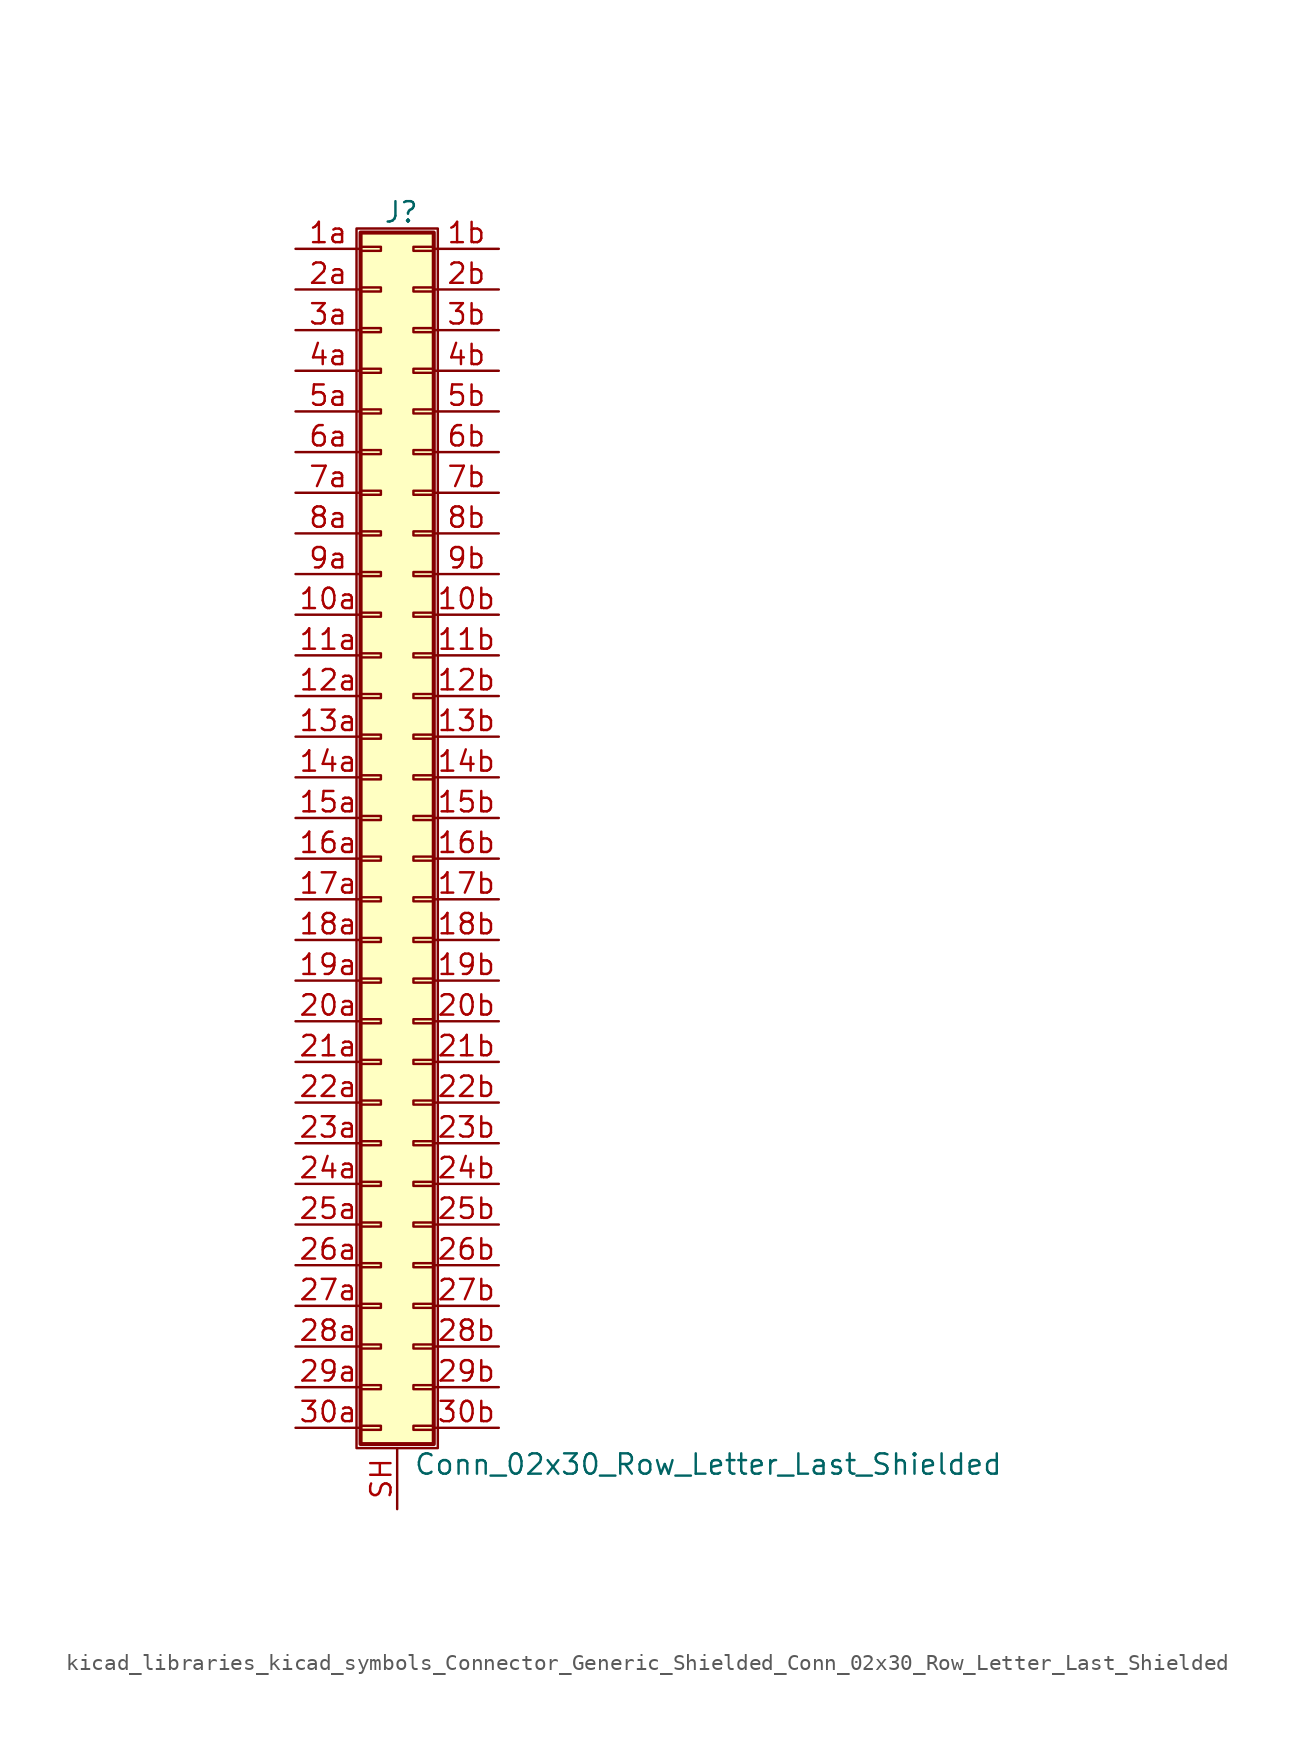
<source format=kicad_sym>
(kicad_symbol_lib
  (version 20220914)
  (generator kicad_symbol_editor)
  (symbol "kicad_libraries_kicad_symbols_Connector_Generic_Shielded_Conn_02x30_Row_Letter_Last_Shielded"
    (pin_names
      (offset 1.016) hide)
    (property "Reference" "J"
      (at 1.524 37.846 0)
      (effects (font (size 1.27 1.27))))
    (property "Value" "Conn_02x30_Row_Letter_Last_Shielded"
      (at 2.286 -40.386 0)
      (effects (font (size 1.27 1.27)) (justify left)))
    (symbol "kicad_libraries_kicad_symbols_Connector_Generic_Shielded_Conn_02x30_Row_Letter_Last_Shielded_1_1"
      (rectangle (start -1.27 36.83) (end 3.81 -39.37) (stroke (width 0.152) (type default)) (fill (type none)))
      (rectangle (start -1.016 -37.973) (end 0.254 -38.227) (stroke (width 0.152) (type default)) (fill (type none)))
      (rectangle (start -1.016 -35.433) (end 0.254 -35.687) (stroke (width 0.152) (type default)) (fill (type none)))
      (rectangle (start -1.016 -32.893) (end 0.254 -33.147) (stroke (width 0.152) (type default)) (fill (type none)))
      (rectangle (start -1.016 -30.353) (end 0.254 -30.607) (stroke (width 0.152) (type default)) (fill (type none)))
      (rectangle (start -1.016 -27.813) (end 0.254 -28.067) (stroke (width 0.152) (type default)) (fill (type none)))
      (rectangle (start -1.016 -25.273) (end 0.254 -25.527) (stroke (width 0.152) (type default)) (fill (type none)))
      (rectangle (start -1.016 -22.733) (end 0.254 -22.987) (stroke (width 0.152) (type default)) (fill (type none)))
      (rectangle (start -1.016 -20.193) (end 0.254 -20.447) (stroke (width 0.152) (type default)) (fill (type none)))
      (rectangle (start -1.016 -17.653) (end 0.254 -17.907) (stroke (width 0.152) (type default)) (fill (type none)))
      (rectangle (start -1.016 -15.113) (end 0.254 -15.367) (stroke (width 0.152) (type default)) (fill (type none)))
      (rectangle (start -1.016 -12.573) (end 0.254 -12.827) (stroke (width 0.152) (type default)) (fill (type none)))
      (rectangle (start -1.016 -10.033) (end 0.254 -10.287) (stroke (width 0.152) (type default)) (fill (type none)))
      (rectangle (start -1.016 -7.493) (end 0.254 -7.747) (stroke (width 0.152) (type default)) (fill (type none)))
      (rectangle (start -1.016 -4.953) (end 0.254 -5.207) (stroke (width 0.152) (type default)) (fill (type none)))
      (rectangle (start -1.016 -2.413) (end 0.254 -2.667) (stroke (width 0.152) (type default)) (fill (type none)))
      (rectangle (start -1.016 0.127) (end 0.254 -0.127) (stroke (width 0.152) (type default)) (fill (type none)))
      (rectangle (start -1.016 2.667) (end 0.254 2.413) (stroke (width 0.152) (type default)) (fill (type none)))
      (rectangle (start -1.016 5.207) (end 0.254 4.953) (stroke (width 0.152) (type default)) (fill (type none)))
      (rectangle (start -1.016 7.747) (end 0.254 7.493) (stroke (width 0.152) (type default)) (fill (type none)))
      (rectangle (start -1.016 10.287) (end 0.254 10.033) (stroke (width 0.152) (type default)) (fill (type none)))
      (rectangle (start -1.016 12.827) (end 0.254 12.573) (stroke (width 0.152) (type default)) (fill (type none)))
      (rectangle (start -1.016 15.367) (end 0.254 15.113) (stroke (width 0.152) (type default)) (fill (type none)))
      (rectangle (start -1.016 17.907) (end 0.254 17.653) (stroke (width 0.152) (type default)) (fill (type none)))
      (rectangle (start -1.016 20.447) (end 0.254 20.193) (stroke (width 0.152) (type default)) (fill (type none)))
      (rectangle (start -1.016 22.987) (end 0.254 22.733) (stroke (width 0.152) (type default)) (fill (type none)))
      (rectangle (start -1.016 25.527) (end 0.254 25.273) (stroke (width 0.152) (type default)) (fill (type none)))
      (rectangle (start -1.016 28.067) (end 0.254 27.813) (stroke (width 0.152) (type default)) (fill (type none)))
      (rectangle (start -1.016 30.607) (end 0.254 30.353) (stroke (width 0.152) (type default)) (fill (type none)))
      (rectangle (start -1.016 33.147) (end 0.254 32.893) (stroke (width 0.152) (type default)) (fill (type none)))
      (rectangle (start -1.016 35.687) (end 0.254 35.433) (stroke (width 0.152) (type default)) (fill (type none)))
      (rectangle (start -1.016 36.576) (end 3.556 -39.116) (stroke (width 0.254) (type default)) (fill (type background)))
      (rectangle (start 3.556 -37.973) (end 2.286 -38.227) (stroke (width 0.152) (type default)) (fill (type none)))
      (rectangle (start 3.556 -35.433) (end 2.286 -35.687) (stroke (width 0.152) (type default)) (fill (type none)))
      (rectangle (start 3.556 -32.893) (end 2.286 -33.147) (stroke (width 0.152) (type default)) (fill (type none)))
      (rectangle (start 3.556 -30.353) (end 2.286 -30.607) (stroke (width 0.152) (type default)) (fill (type none)))
      (rectangle (start 3.556 -27.813) (end 2.286 -28.067) (stroke (width 0.152) (type default)) (fill (type none)))
      (rectangle (start 3.556 -25.273) (end 2.286 -25.527) (stroke (width 0.152) (type default)) (fill (type none)))
      (rectangle (start 3.556 -22.733) (end 2.286 -22.987) (stroke (width 0.152) (type default)) (fill (type none)))
      (rectangle (start 3.556 -20.193) (end 2.286 -20.447) (stroke (width 0.152) (type default)) (fill (type none)))
      (rectangle (start 3.556 -17.653) (end 2.286 -17.907) (stroke (width 0.152) (type default)) (fill (type none)))
      (rectangle (start 3.556 -15.113) (end 2.286 -15.367) (stroke (width 0.152) (type default)) (fill (type none)))
      (rectangle (start 3.556 -12.573) (end 2.286 -12.827) (stroke (width 0.152) (type default)) (fill (type none)))
      (rectangle (start 3.556 -10.033) (end 2.286 -10.287) (stroke (width 0.152) (type default)) (fill (type none)))
      (rectangle (start 3.556 -7.493) (end 2.286 -7.747) (stroke (width 0.152) (type default)) (fill (type none)))
      (rectangle (start 3.556 -4.953) (end 2.286 -5.207) (stroke (width 0.152) (type default)) (fill (type none)))
      (rectangle (start 3.556 -2.413) (end 2.286 -2.667) (stroke (width 0.152) (type default)) (fill (type none)))
      (rectangle (start 3.556 0.127) (end 2.286 -0.127) (stroke (width 0.152) (type default)) (fill (type none)))
      (rectangle (start 3.556 2.667) (end 2.286 2.413) (stroke (width 0.152) (type default)) (fill (type none)))
      (rectangle (start 3.556 5.207) (end 2.286 4.953) (stroke (width 0.152) (type default)) (fill (type none)))
      (rectangle (start 3.556 7.747) (end 2.286 7.493) (stroke (width 0.152) (type default)) (fill (type none)))
      (rectangle (start 3.556 10.287) (end 2.286 10.033) (stroke (width 0.152) (type default)) (fill (type none)))
      (rectangle (start 3.556 12.827) (end 2.286 12.573) (stroke (width 0.152) (type default)) (fill (type none)))
      (rectangle (start 3.556 15.367) (end 2.286 15.113) (stroke (width 0.152) (type default)) (fill (type none)))
      (rectangle (start 3.556 17.907) (end 2.286 17.653) (stroke (width 0.152) (type default)) (fill (type none)))
      (rectangle (start 3.556 20.447) (end 2.286 20.193) (stroke (width 0.152) (type default)) (fill (type none)))
      (rectangle (start 3.556 22.987) (end 2.286 22.733) (stroke (width 0.152) (type default)) (fill (type none)))
      (rectangle (start 3.556 25.527) (end 2.286 25.273) (stroke (width 0.152) (type default)) (fill (type none)))
      (rectangle (start 3.556 28.067) (end 2.286 27.813) (stroke (width 0.152) (type default)) (fill (type none)))
      (rectangle (start 3.556 30.607) (end 2.286 30.353) (stroke (width 0.152) (type default)) (fill (type none)))
      (rectangle (start 3.556 33.147) (end 2.286 32.893) (stroke (width 0.152) (type default)) (fill (type none)))
      (rectangle (start 3.556 35.687) (end 2.286 35.433) (stroke (width 0.152) (type default)) (fill (type none)))
      (pin passive line (at -5.08 12.7 0) (length 4.064) (name "Pin_10a" (effects (font (size 1.27 1.27)))) (number "10a" (effects (font (size 1.27 1.27)))))
      (pin passive line (at 7.62 12.7 180) (length 4.064) (name "Pin_10b" (effects (font (size 1.27 1.27)))) (number "10b" (effects (font (size 1.27 1.27)))))
      (pin passive line (at -5.08 10.16 0) (length 4.064) (name "Pin_11a" (effects (font (size 1.27 1.27)))) (number "11a" (effects (font (size 1.27 1.27)))))
      (pin passive line (at 7.62 10.16 180) (length 4.064) (name "Pin_11b" (effects (font (size 1.27 1.27)))) (number "11b" (effects (font (size 1.27 1.27)))))
      (pin passive line (at -5.08 7.62 0) (length 4.064) (name "Pin_12a" (effects (font (size 1.27 1.27)))) (number "12a" (effects (font (size 1.27 1.27)))))
      (pin passive line (at 7.62 7.62 180) (length 4.064) (name "Pin_12b" (effects (font (size 1.27 1.27)))) (number "12b" (effects (font (size 1.27 1.27)))))
      (pin passive line (at -5.08 5.08 0) (length 4.064) (name "Pin_13a" (effects (font (size 1.27 1.27)))) (number "13a" (effects (font (size 1.27 1.27)))))
      (pin passive line (at 7.62 5.08 180) (length 4.064) (name "Pin_13b" (effects (font (size 1.27 1.27)))) (number "13b" (effects (font (size 1.27 1.27)))))
      (pin passive line (at -5.08 2.54 0) (length 4.064) (name "Pin_14a" (effects (font (size 1.27 1.27)))) (number "14a" (effects (font (size 1.27 1.27)))))
      (pin passive line (at 7.62 2.54 180) (length 4.064) (name "Pin_14b" (effects (font (size 1.27 1.27)))) (number "14b" (effects (font (size 1.27 1.27)))))
      (pin passive line (at -5.08 0 0) (length 4.064) (name "Pin_15a" (effects (font (size 1.27 1.27)))) (number "15a" (effects (font (size 1.27 1.27)))))
      (pin passive line (at 7.62 0 180) (length 4.064) (name "Pin_15b" (effects (font (size 1.27 1.27)))) (number "15b" (effects (font (size 1.27 1.27)))))
      (pin passive line (at -5.08 -2.54 0) (length 4.064) (name "Pin_16a" (effects (font (size 1.27 1.27)))) (number "16a" (effects (font (size 1.27 1.27)))))
      (pin passive line (at 7.62 -2.54 180) (length 4.064) (name "Pin_16b" (effects (font (size 1.27 1.27)))) (number "16b" (effects (font (size 1.27 1.27)))))
      (pin passive line (at -5.08 -5.08 0) (length 4.064) (name "Pin_17a" (effects (font (size 1.27 1.27)))) (number "17a" (effects (font (size 1.27 1.27)))))
      (pin passive line (at 7.62 -5.08 180) (length 4.064) (name "Pin_17b" (effects (font (size 1.27 1.27)))) (number "17b" (effects (font (size 1.27 1.27)))))
      (pin passive line (at -5.08 -7.62 0) (length 4.064) (name "Pin_18a" (effects (font (size 1.27 1.27)))) (number "18a" (effects (font (size 1.27 1.27)))))
      (pin passive line (at 7.62 -7.62 180) (length 4.064) (name "Pin_18b" (effects (font (size 1.27 1.27)))) (number "18b" (effects (font (size 1.27 1.27)))))
      (pin passive line (at -5.08 -10.16 0) (length 4.064) (name "Pin_19a" (effects (font (size 1.27 1.27)))) (number "19a" (effects (font (size 1.27 1.27)))))
      (pin passive line (at 7.62 -10.16 180) (length 4.064) (name "Pin_19b" (effects (font (size 1.27 1.27)))) (number "19b" (effects (font (size 1.27 1.27)))))
      (pin passive line (at -5.08 35.56 0) (length 4.064) (name "Pin_1a" (effects (font (size 1.27 1.27)))) (number "1a" (effects (font (size 1.27 1.27)))))
      (pin passive line (at 7.62 35.56 180) (length 4.064) (name "Pin_1b" (effects (font (size 1.27 1.27)))) (number "1b" (effects (font (size 1.27 1.27)))))
      (pin passive line (at -5.08 -12.7 0) (length 4.064) (name "Pin_20a" (effects (font (size 1.27 1.27)))) (number "20a" (effects (font (size 1.27 1.27)))))
      (pin passive line (at 7.62 -12.7 180) (length 4.064) (name "Pin_20b" (effects (font (size 1.27 1.27)))) (number "20b" (effects (font (size 1.27 1.27)))))
      (pin passive line (at -5.08 -15.24 0) (length 4.064) (name "Pin_21a" (effects (font (size 1.27 1.27)))) (number "21a" (effects (font (size 1.27 1.27)))))
      (pin passive line (at 7.62 -15.24 180) (length 4.064) (name "Pin_21b" (effects (font (size 1.27 1.27)))) (number "21b" (effects (font (size 1.27 1.27)))))
      (pin passive line (at -5.08 -17.78 0) (length 4.064) (name "Pin_22a" (effects (font (size 1.27 1.27)))) (number "22a" (effects (font (size 1.27 1.27)))))
      (pin passive line (at 7.62 -17.78 180) (length 4.064) (name "Pin_22b" (effects (font (size 1.27 1.27)))) (number "22b" (effects (font (size 1.27 1.27)))))
      (pin passive line (at -5.08 -20.32 0) (length 4.064) (name "Pin_23a" (effects (font (size 1.27 1.27)))) (number "23a" (effects (font (size 1.27 1.27)))))
      (pin passive line (at 7.62 -20.32 180) (length 4.064) (name "Pin_23b" (effects (font (size 1.27 1.27)))) (number "23b" (effects (font (size 1.27 1.27)))))
      (pin passive line (at -5.08 -22.86 0) (length 4.064) (name "Pin_24a" (effects (font (size 1.27 1.27)))) (number "24a" (effects (font (size 1.27 1.27)))))
      (pin passive line (at 7.62 -22.86 180) (length 4.064) (name "Pin_24b" (effects (font (size 1.27 1.27)))) (number "24b" (effects (font (size 1.27 1.27)))))
      (pin passive line (at -5.08 -25.4 0) (length 4.064) (name "Pin_25a" (effects (font (size 1.27 1.27)))) (number "25a" (effects (font (size 1.27 1.27)))))
      (pin passive line (at 7.62 -25.4 180) (length 4.064) (name "Pin_25b" (effects (font (size 1.27 1.27)))) (number "25b" (effects (font (size 1.27 1.27)))))
      (pin passive line (at -5.08 -27.94 0) (length 4.064) (name "Pin_26a" (effects (font (size 1.27 1.27)))) (number "26a" (effects (font (size 1.27 1.27)))))
      (pin passive line (at 7.62 -27.94 180) (length 4.064) (name "Pin_26b" (effects (font (size 1.27 1.27)))) (number "26b" (effects (font (size 1.27 1.27)))))
      (pin passive line (at -5.08 -30.48 0) (length 4.064) (name "Pin_27a" (effects (font (size 1.27 1.27)))) (number "27a" (effects (font (size 1.27 1.27)))))
      (pin passive line (at 7.62 -30.48 180) (length 4.064) (name "Pin_27b" (effects (font (size 1.27 1.27)))) (number "27b" (effects (font (size 1.27 1.27)))))
      (pin passive line (at -5.08 -33.02 0) (length 4.064) (name "Pin_28a" (effects (font (size 1.27 1.27)))) (number "28a" (effects (font (size 1.27 1.27)))))
      (pin passive line (at 7.62 -33.02 180) (length 4.064) (name "Pin_28b" (effects (font (size 1.27 1.27)))) (number "28b" (effects (font (size 1.27 1.27)))))
      (pin passive line (at -5.08 -35.56 0) (length 4.064) (name "Pin_29a" (effects (font (size 1.27 1.27)))) (number "29a" (effects (font (size 1.27 1.27)))))
      (pin passive line (at 7.62 -35.56 180) (length 4.064) (name "Pin_29b" (effects (font (size 1.27 1.27)))) (number "29b" (effects (font (size 1.27 1.27)))))
      (pin passive line (at -5.08 33.02 0) (length 4.064) (name "Pin_2a" (effects (font (size 1.27 1.27)))) (number "2a" (effects (font (size 1.27 1.27)))))
      (pin passive line (at 7.62 33.02 180) (length 4.064) (name "Pin_2b" (effects (font (size 1.27 1.27)))) (number "2b" (effects (font (size 1.27 1.27)))))
      (pin passive line (at -5.08 -38.1 0) (length 4.064) (name "Pin_30a" (effects (font (size 1.27 1.27)))) (number "30a" (effects (font (size 1.27 1.27)))))
      (pin passive line (at 7.62 -38.1 180) (length 4.064) (name "Pin_30b" (effects (font (size 1.27 1.27)))) (number "30b" (effects (font (size 1.27 1.27)))))
      (pin passive line (at -5.08 30.48 0) (length 4.064) (name "Pin_3a" (effects (font (size 1.27 1.27)))) (number "3a" (effects (font (size 1.27 1.27)))))
      (pin passive line (at 7.62 30.48 180) (length 4.064) (name "Pin_3b" (effects (font (size 1.27 1.27)))) (number "3b" (effects (font (size 1.27 1.27)))))
      (pin passive line (at -5.08 27.94 0) (length 4.064) (name "Pin_4a" (effects (font (size 1.27 1.27)))) (number "4a" (effects (font (size 1.27 1.27)))))
      (pin passive line (at 7.62 27.94 180) (length 4.064) (name "Pin_4b" (effects (font (size 1.27 1.27)))) (number "4b" (effects (font (size 1.27 1.27)))))
      (pin passive line (at -5.08 25.4 0) (length 4.064) (name "Pin_5a" (effects (font (size 1.27 1.27)))) (number "5a" (effects (font (size 1.27 1.27)))))
      (pin passive line (at 7.62 25.4 180) (length 4.064) (name "Pin_5b" (effects (font (size 1.27 1.27)))) (number "5b" (effects (font (size 1.27 1.27)))))
      (pin passive line (at -5.08 22.86 0) (length 4.064) (name "Pin_6a" (effects (font (size 1.27 1.27)))) (number "6a" (effects (font (size 1.27 1.27)))))
      (pin passive line (at 7.62 22.86 180) (length 4.064) (name "Pin_6b" (effects (font (size 1.27 1.27)))) (number "6b" (effects (font (size 1.27 1.27)))))
      (pin passive line (at -5.08 20.32 0) (length 4.064) (name "Pin_7a" (effects (font (size 1.27 1.27)))) (number "7a" (effects (font (size 1.27 1.27)))))
      (pin passive line (at 7.62 20.32 180) (length 4.064) (name "Pin_7b" (effects (font (size 1.27 1.27)))) (number "7b" (effects (font (size 1.27 1.27)))))
      (pin passive line (at -5.08 17.78 0) (length 4.064) (name "Pin_8a" (effects (font (size 1.27 1.27)))) (number "8a" (effects (font (size 1.27 1.27)))))
      (pin passive line (at 7.62 17.78 180) (length 4.064) (name "Pin_8b" (effects (font (size 1.27 1.27)))) (number "8b" (effects (font (size 1.27 1.27)))))
      (pin passive line (at -5.08 15.24 0) (length 4.064) (name "Pin_9a" (effects (font (size 1.27 1.27)))) (number "9a" (effects (font (size 1.27 1.27)))))
      (pin passive line (at 7.62 15.24 180) (length 4.064) (name "Pin_9b" (effects (font (size 1.27 1.27)))) (number "9b" (effects (font (size 1.27 1.27)))))
      (pin passive line (at 1.27 -43.18 90) (length 3.81) (name "Shield" (effects (font (size 1.27 1.27)))) (number "SH" (effects (font (size 1.27 1.27))))))))
</source>
